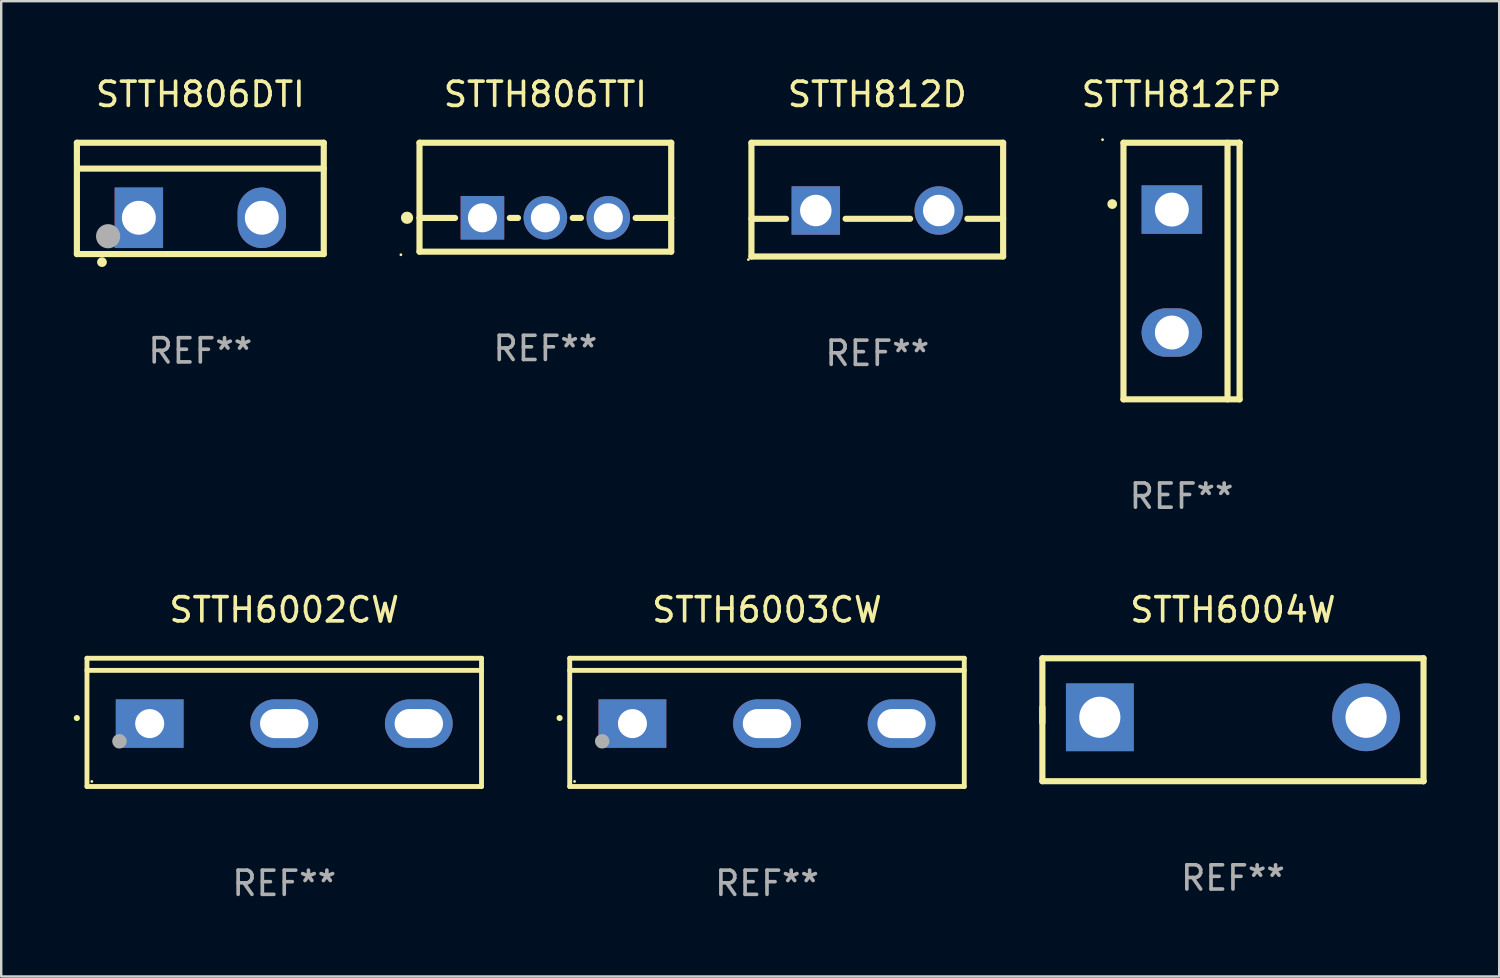
<source format=kicad_pcb>
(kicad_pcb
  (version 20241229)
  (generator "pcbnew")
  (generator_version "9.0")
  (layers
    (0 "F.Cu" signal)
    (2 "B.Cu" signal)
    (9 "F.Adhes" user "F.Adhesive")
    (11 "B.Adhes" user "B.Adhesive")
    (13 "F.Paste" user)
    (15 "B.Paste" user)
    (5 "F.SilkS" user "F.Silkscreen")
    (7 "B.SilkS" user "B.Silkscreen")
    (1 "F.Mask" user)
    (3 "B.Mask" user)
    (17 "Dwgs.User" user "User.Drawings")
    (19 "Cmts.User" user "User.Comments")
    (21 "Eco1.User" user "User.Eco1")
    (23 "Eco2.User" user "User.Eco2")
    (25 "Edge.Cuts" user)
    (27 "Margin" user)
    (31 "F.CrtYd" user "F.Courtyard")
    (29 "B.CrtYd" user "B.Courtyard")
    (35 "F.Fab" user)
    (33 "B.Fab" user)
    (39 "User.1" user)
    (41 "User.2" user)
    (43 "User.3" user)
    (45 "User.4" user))
  (footprint "STTH6003CW"
    (layer "F.Cu")
    (at 28.64 26.797)
    (property "Reference" "STTH6003CW" (at 0 -4.65 0) (layer "F.SilkS") (effects (font (size 1 1) (thickness 0.15))))
    (attr through_hole)
    (fp_line (start -8.151 -2.65) (end -8.151 2.65) (stroke (width 0.201) (type solid)) (layer "F.SilkS"))
    (fp_line (start 8.151 -2.65) (end -8.151 -2.65) (stroke (width 0.201) (type solid)) (layer "F.SilkS"))
    (fp_line (start 8.151 -2.15) (end -8.151 -2.15) (stroke (width 0.201) (type solid)) (layer "F.SilkS"))
    (fp_line (start 8.151 2.65) (end -8.151 2.65) (stroke (width 0.201) (type solid)) (layer "F.SilkS"))
    (fp_line (start 8.151 2.65) (end 8.151 -2.65) (stroke (width 0.201) (type solid)) (layer "F.SilkS"))
    (fp_arc (start -8.570003 -0.18048) (mid -8.568733 -0.180486) (end -8.567463 -0.18048) (stroke (width 0.24892) (type solid)) (layer "F.SilkS"))
    (fp_circle (center -7.95 2.44) (end -7.92 2.44) (stroke (width 0.06) (type solid)) (fill no) (layer "F.SilkS"))
    (fp_circle (center -6.81 0.78) (end -6.66 0.78) (stroke (width 0.3) (type solid)) (fill no) (layer "F.Fab"))
    (fp_text user "REF**" (at 0 6.65 0) (layer "F.Fab") (effects (font (size 1 1) (thickness 0.15))))
    (pad "1" thru_hole rect (at -5.56 0.05 90) (size 2 2.8) (drill 1.2) (layers "*.Cu" "*.Mask"))
    (pad "2" thru_hole oval (at 0 0.05 90) (size 2 2.8) (drill oval 1.2 2) (layers "*.Cu" "*.Mask"))
    (pad "3" thru_hole oval (at 5.56 0.05 90) (size 2 2.8) (drill oval 1.2 2) (layers "*.Cu" "*.Mask")))
  (footprint "STTH6002CW"
    (layer "F.Cu")
    (at 8.694 26.797)
    (property "Reference" "STTH6002CW" (at 0 -4.65 0) (layer "F.SilkS") (effects (font (size 1 1) (thickness 0.15))))
    (attr through_hole)
    (fp_line (start -8.151 -2.65) (end -8.151 2.65) (stroke (width 0.201) (type solid)) (layer "F.SilkS"))
    (fp_line (start 8.151 -2.65) (end -8.151 -2.65) (stroke (width 0.201) (type solid)) (layer "F.SilkS"))
    (fp_line (start 8.151 -2.15) (end -8.151 -2.15) (stroke (width 0.201) (type solid)) (layer "F.SilkS"))
    (fp_line (start 8.151 2.65) (end -8.151 2.65) (stroke (width 0.201) (type solid)) (layer "F.SilkS"))
    (fp_line (start 8.151 2.65) (end 8.151 -2.65) (stroke (width 0.201) (type solid)) (layer "F.SilkS"))
    (fp_arc (start -8.570003 -0.18048) (mid -8.568733 -0.180486) (end -8.567463 -0.18048) (stroke (width 0.24892) (type solid)) (layer "F.SilkS"))
    (fp_circle (center -7.95 2.44) (end -7.92 2.44) (stroke (width 0.06) (type solid)) (fill no) (layer "F.SilkS"))
    (fp_circle (center -6.81 0.78) (end -6.66 0.78) (stroke (width 0.3) (type solid)) (fill no) (layer "F.Fab"))
    (fp_text user "REF**" (at 0 6.65 0) (layer "F.Fab") (effects (font (size 1 1) (thickness 0.15))))
    (pad "1" thru_hole rect (at -5.56 0.05 90) (size 2 2.8) (drill 1.2) (layers "*.Cu" "*.Mask"))
    (pad "2" thru_hole oval (at 0 0.05 90) (size 2 2.8) (drill oval 1.2 2) (layers "*.Cu" "*.Mask"))
    (pad "3" thru_hole oval (at 5.56 0.05 90) (size 2 2.8) (drill oval 1.2 2) (layers "*.Cu" "*.Mask")))
  (footprint "STTH806DTI"
    (layer "F.Cu")
    (at 5.227 5.148)
    (property "Reference" "STTH806DTI" (at 0 -4.3 0) (layer "F.SilkS") (effects (font (size 1 1) (thickness 0.15))))
    (attr through_hole)
    (fp_line (start -5.1 -2.3) (end -5.1 2.3) (stroke (width 0.254) (type solid)) (layer "F.SilkS"))
    (fp_line (start -5.1 2.3) (end 5.1 2.3) (stroke (width 0.254) (type solid)) (layer "F.SilkS"))
    (fp_line (start -5.08 -1.232) (end 5.1 -1.232) (stroke (width 0.254) (type solid)) (layer "F.SilkS"))
    (fp_line (start 5.1 -2.3) (end -5.1 -2.3) (stroke (width 0.254) (type solid)) (layer "F.SilkS"))
    (fp_line (start 5.1 -2.3) (end 5.1 2.3) (stroke (width 0.254) (type solid)) (layer "F.SilkS"))
    (fp_arc (start -4.065278 2.632004) (mid -4.064008 2.632) (end -4.062738 2.632004) (stroke (width 0.4) (type solid)) (layer "F.SilkS"))
    (fp_circle (center -5.1 2.32) (end -5.07 2.32) (stroke (width 0.06) (type solid)) (fill no) (layer "F.SilkS"))
    (fp_circle (center -3.81 1.562) (end -3.56 1.562) (stroke (width 0.5) (type solid)) (fill no) (layer "F.Fab"))
    (fp_text user "REF**" (at 0 6.3 0) (layer "F.Fab") (effects (font (size 1 1) (thickness 0.15))))
    (pad "1" thru_hole rect (at -2.54 0.8) (size 2 2.5) (drill 1.4) (layers "*.Cu" "*.Mask"))
    (pad "2" thru_hole oval (at 2.54 0.8) (size 2 2.5) (drill 1.4) (layers "*.Cu" "*.Mask")))
  (footprint "STTH812FP"
    (layer "F.Cu")
    (at 45.768 8.149)
    (property "Reference" "STTH812FP" (at 0 -7.301 0) (layer "F.SilkS") (effects (font (size 1 1) (thickness 0.15))))
    (attr through_hole)
    (fp_line (start -2.399 -5.301) (end 2.394 -5.301) (stroke (width 0.254) (type solid)) (layer "F.SilkS"))
    (fp_line (start -2.399 5.301) (end -2.399 -5.301) (stroke (width 0.254) (type solid)) (layer "F.SilkS"))
    (fp_line (start 1.9 5.3) (end 1.9 -5.3) (stroke (width 0.254) (type solid)) (layer "F.SilkS"))
    (fp_line (start 2.394 -5.301) (end 2.399 -5.301) (stroke (width 0.254) (type solid)) (layer "F.SilkS"))
    (fp_line (start 2.399 -5.301) (end 2.399 5.301) (stroke (width 0.254) (type solid)) (layer "F.SilkS"))
    (fp_line (start 2.399 5.301) (end -2.399 5.301) (stroke (width 0.254) (type solid)) (layer "F.SilkS"))
    (fp_arc (start -2.863843 -2.766066) (mid -2.863847 -2.767336) (end -2.863843 -2.768606) (stroke (width 0.4) (type solid)) (layer "F.SilkS"))
    (fp_circle (center -3.264 -5.428) (end -3.234 -5.428) (stroke (width 0.06) (type solid)) (fill no) (layer "F.SilkS"))
    (fp_text user "REF**" (at 0 9.301 0) (layer "F.Fab") (effects (font (size 1 1) (thickness 0.15))))
    (pad "1" thru_hole rect (at -0.4 -2.54 270) (size 2 2.5) (drill 1.4) (layers "*.Cu" "*.Mask"))
    (pad "2" thru_hole oval (at -0.4 2.54 270) (size 2 2.5) (drill 1.4) (layers "*.Cu" "*.Mask")))
  (footprint "STTH812D"
    (layer "F.Cu")
    (at 33.197 5.198)
    (property "Reference" "STTH812D" (at 0 -4.35 0) (layer "F.SilkS") (effects (font (size 1 1) (thickness 0.15))))
    (attr through_hole)
    (fp_line (start -5.2 -2.35) (end -5.2 2.35) (stroke (width 0.254) (type solid)) (layer "F.SilkS"))
    (fp_line (start -5.2 -2.35) (end 5.2 -2.35) (stroke (width 0.254) (type solid)) (layer "F.SilkS"))
    (fp_line (start -5.2 0.792) (end -3.771 0.792) (stroke (width 0.254) (type solid)) (layer "F.SilkS"))
    (fp_line (start -5.2 2.35) (end 5.2 2.35) (stroke (width 0.254) (type solid)) (layer "F.SilkS"))
    (fp_line (start -1.309 0.792) (end 1.357 0.792) (stroke (width 0.254) (type solid)) (layer "F.SilkS"))
    (fp_line (start 3.723 0.792) (end 5.2 0.792) (stroke (width 0.254) (type solid)) (layer "F.SilkS"))
    (fp_line (start 5.2 -2.35) (end 5.2 2.35) (stroke (width 0.254) (type solid)) (layer "F.SilkS"))
    (fp_circle (center -5.327 2.477) (end -5.297 2.477) (stroke (width 0.06) (type solid)) (fill no) (layer "F.SilkS"))
    (fp_text user "REF**" (at 0 6.35 0) (layer "F.Fab") (effects (font (size 1 1) (thickness 0.15))))
    (pad "1" thru_hole rect (at -2.54 0.45) (size 2 2) (drill 1.3) (layers "*.Cu" "*.Mask"))
    (pad "2" thru_hole circle (at 2.54 0.45) (size 2 2) (drill 1.3) (layers "*.Cu" "*.Mask")))
  (footprint "STTH6004W"
    (layer "F.Cu")
    (at 47.892 26.687)
    (property "Reference" "STTH6004W" (at 0 -4.54 0) (layer "F.SilkS") (effects (font (size 1 1) (thickness 0.15))))
    (attr through_hole)
    (fp_line (start -7.874 -2.54) (end -7.874 0.127) (stroke (width 0.254) (type solid)) (layer "F.SilkS"))
    (fp_line (start -7.874 -0.508) (end -7.874 2.54) (stroke (width 0.254) (type solid)) (layer "F.SilkS"))
    (fp_line (start -7.874 2.54) (end 7.874 2.54) (stroke (width 0.254) (type solid)) (layer "F.SilkS"))
    (fp_line (start 7.874 -2.54) (end -7.874 -2.54) (stroke (width 0.254) (type solid)) (layer "F.SilkS"))
    (fp_line (start 7.874 2.54) (end 7.874 -2.54) (stroke (width 0.254) (type solid)) (layer "F.SilkS"))
    (fp_line (start 7.874 2.54) (end 7.874 2.54) (stroke (width 0.254) (type solid)) (layer "F.SilkS"))
    (fp_circle (center -7.8 2.5) (end -7.77 2.5) (stroke (width 0.06) (type solid)) (fill no) (layer "F.SilkS"))
    (fp_text user "REF**" (at 0 6.54 0) (layer "F.Fab") (effects (font (size 1 1) (thickness 0.15))))
    (pad "1" thru_hole rect (at -5.5 -0.1) (size 2.8 2.8) (drill 1.7) (layers "*.Cu" "*.Mask"))
    (pad "2" thru_hole circle (at 5.5 -0.1) (size 2.8 2.8) (drill 1.7) (layers "*.Cu" "*.Mask")))
  (footprint "STTH806TTI"
    (layer "F.Cu")
    (at 19.483 5.098)
    (property "Reference" "STTH806TTI" (at 0 -4.25 0) (layer "F.SilkS") (effects (font (size 1 1) (thickness 0.15))))
    (attr through_hole)
    (fp_line (start -5.2 -2.25) (end -5.2 2.25) (stroke (width 0.254) (type solid)) (layer "F.SilkS"))
    (fp_line (start -5.2 -2.25) (end 5.2 -2.25) (stroke (width 0.254) (type solid)) (layer "F.SilkS"))
    (fp_line (start -5.2 0.857) (end -3.731 0.857) (stroke (width 0.254) (type solid)) (layer "F.SilkS"))
    (fp_line (start -5.2 2.25) (end 5.2 2.25) (stroke (width 0.254) (type solid)) (layer "F.SilkS"))
    (fp_line (start -1.469 0.857) (end -1.131 0.857) (stroke (width 0.254) (type solid)) (layer "F.SilkS"))
    (fp_line (start 1.131 0.857) (end 1.469 0.857) (stroke (width 0.254) (type solid)) (layer "F.SilkS"))
    (fp_line (start 3.731 0.857) (end 5.2 0.857) (stroke (width 0.254) (type solid)) (layer "F.SilkS"))
    (fp_line (start 5.2 -2.25) (end 5.2 2.25) (stroke (width 0.254) (type solid)) (layer "F.SilkS"))
    (fp_circle (center -5.969 2.377) (end -5.939 2.377) (stroke (width 0.06) (type solid)) (fill no) (layer "F.SilkS"))
    (fp_circle (center -5.715 0.85) (end -5.588 0.85) (stroke (width 0.254) (type solid)) (fill no) (layer "F.SilkS"))
    (fp_text user "REF**" (at 0 6.25 0) (layer "F.Fab") (effects (font (size 1 1) (thickness 0.15))))
    (pad "1" thru_hole rect (at -2.6 0.85) (size 1.8 1.8) (drill 1.2) (layers "*.Cu" "*.Mask"))
    (pad "2" thru_hole circle (at 0 0.85) (size 1.8 1.8) (drill 1.2) (layers "*.Cu" "*.Mask"))
    (pad "3" thru_hole circle (at 2.6 0.85) (size 1.8 1.8) (drill 1.2) (layers "*.Cu" "*.Mask")))
  (gr_rect
    (start -3 -3)
    (end 58.893 37.296)
    (stroke (width 0.1) (type default))
    (fill no)
    (layer "Edge.Cuts")))
</source>
